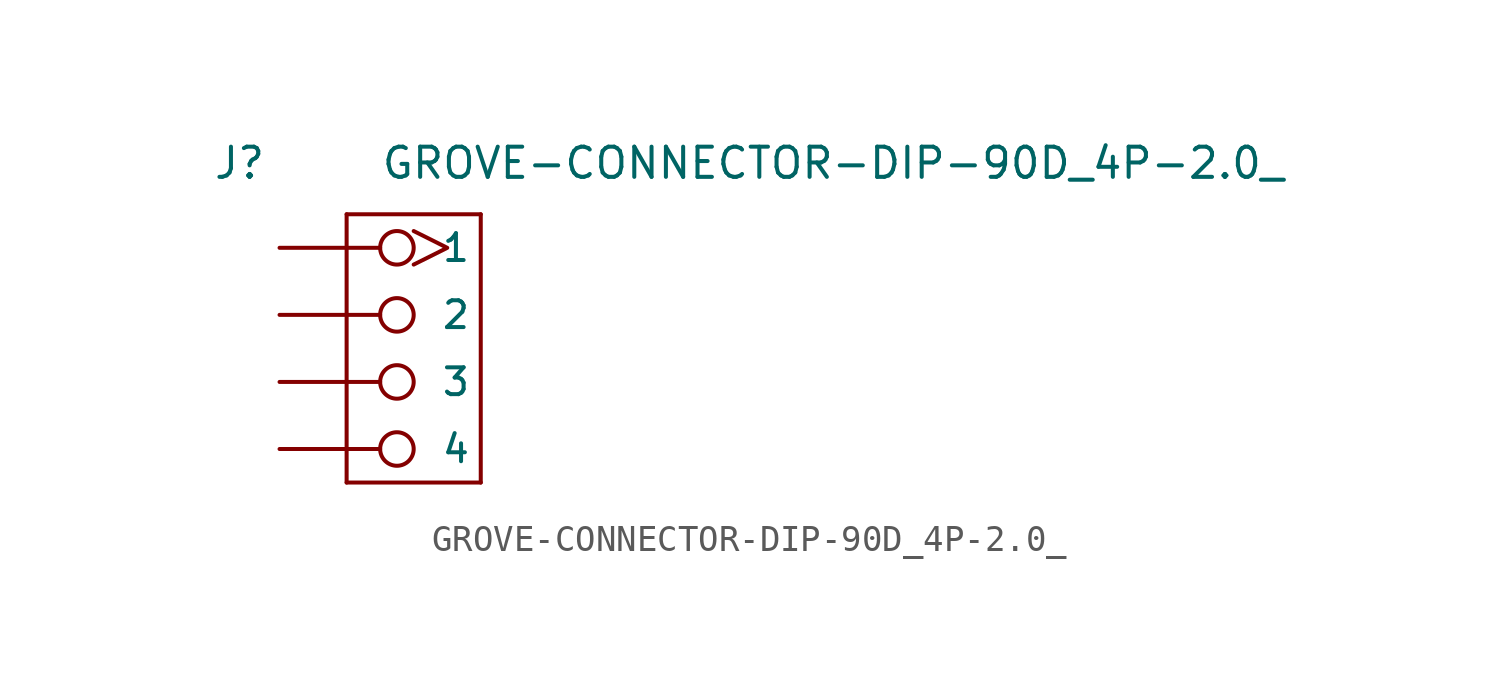
<source format=kicad_sym>
(kicad_symbol_lib
  (version 20211014)
  (generator kicad_symbol_editor)
  (symbol "GROVE-CONNECTOR-DIP-90D_4P-2.0_"
    (pin_numbers hide)
    (pin_names
      (offset 1.016))
    (property "Reference" "J"
      (at -6.35 6.35 0)
      (effects (font (size 1.143 1.143)) (justify left bottom)))
    (property "Value" "GROVE-CONNECTOR-DIP-90D_4P-2.0_"
      (at 0 6.35 0)
      (effects (font (size 1.143 1.143)) (justify left bottom)))
    (symbol "GROVE-CONNECTOR-DIP-90D_4P-2.0__1_0"
      (polyline (pts (xy -1.27 -5.08) (xy -1.27 5.08)) (stroke (width 0) (type default) (color 0 0 0 0)) (fill (type none)))
      (polyline (pts (xy -1.27 5.08) (xy 3.81 5.08)) (stroke (width 0) (type default) (color 0 0 0 0)) (fill (type none)))
      (polyline (pts (xy 3.81 -5.08) (xy -1.27 -5.08)) (stroke (width 0) (type default) (color 0 0 0 0)) (fill (type none)))
      (polyline (pts (xy 3.81 5.08) (xy 3.81 -5.08)) (stroke (width 0) (type default) (color 0 0 0 0)) (fill (type none))))
    (symbol "GROVE-CONNECTOR-DIP-90D_4P-2.0__1_1"
      (pin bidirectional inverted_clock (at -3.81 3.81 0) (length 5.08) (name "1" (effects (font (size 1.016 1.016)))) (number "1" (effects (font (size 1.016 1.016)))))
      (pin bidirectional inverted (at -3.81 1.27 0) (length 5.08) (name "2" (effects (font (size 1.016 1.016)))) (number "2" (effects (font (size 1.016 1.016)))))
      (pin power_in inverted (at -3.81 -1.27 0) (length 5.08) (name "3" (effects (font (size 1.016 1.016)))) (number "3" (effects (font (size 1.016 1.016)))))
      (pin power_in inverted (at -3.81 -3.81 0) (length 5.08) (name "4" (effects (font (size 1.016 1.016)))) (number "4" (effects (font (size 1.016 1.016))))))))
</source>
